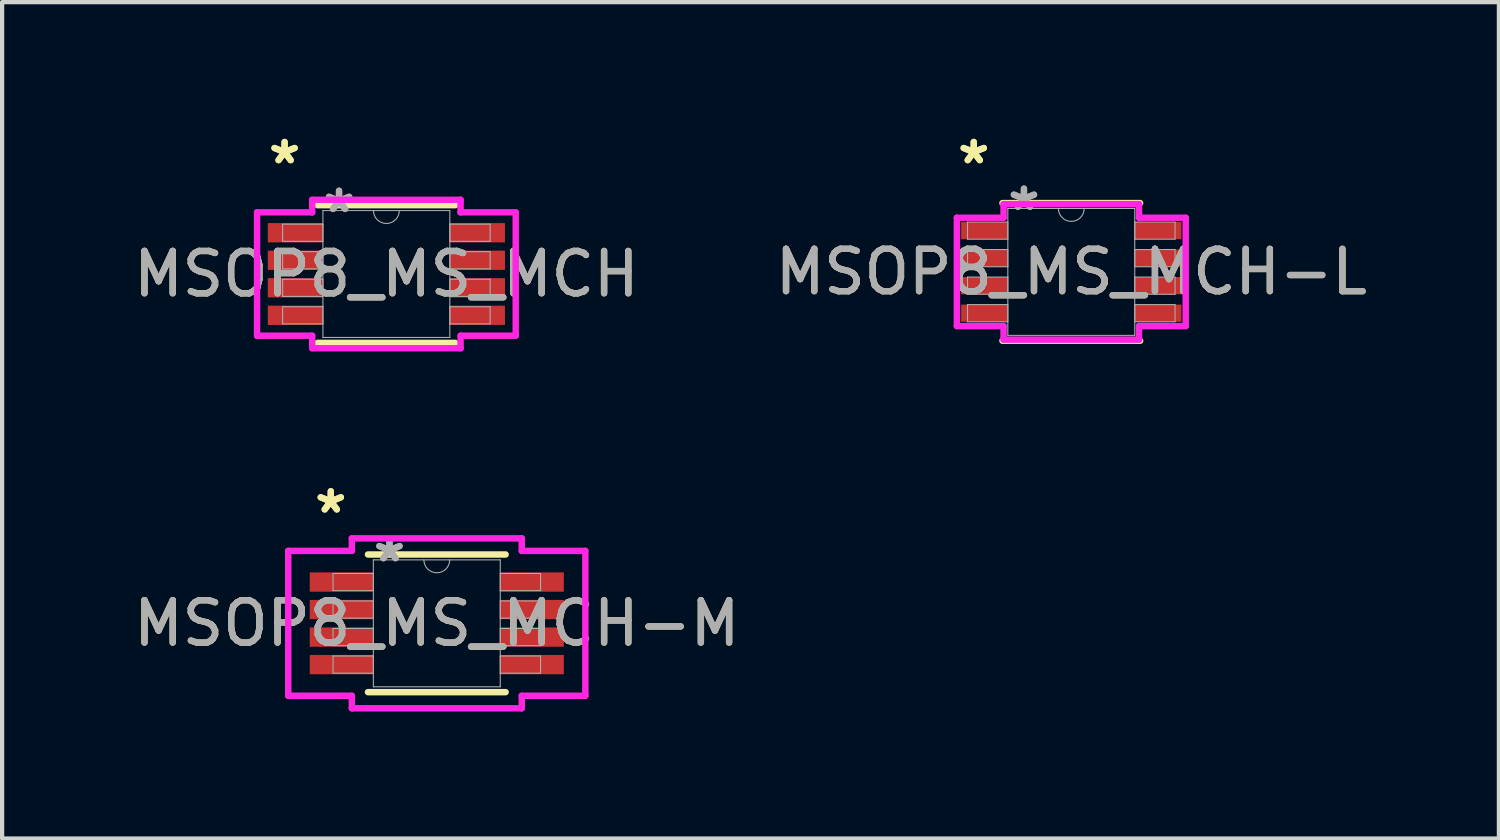
<source format=kicad_pcb>
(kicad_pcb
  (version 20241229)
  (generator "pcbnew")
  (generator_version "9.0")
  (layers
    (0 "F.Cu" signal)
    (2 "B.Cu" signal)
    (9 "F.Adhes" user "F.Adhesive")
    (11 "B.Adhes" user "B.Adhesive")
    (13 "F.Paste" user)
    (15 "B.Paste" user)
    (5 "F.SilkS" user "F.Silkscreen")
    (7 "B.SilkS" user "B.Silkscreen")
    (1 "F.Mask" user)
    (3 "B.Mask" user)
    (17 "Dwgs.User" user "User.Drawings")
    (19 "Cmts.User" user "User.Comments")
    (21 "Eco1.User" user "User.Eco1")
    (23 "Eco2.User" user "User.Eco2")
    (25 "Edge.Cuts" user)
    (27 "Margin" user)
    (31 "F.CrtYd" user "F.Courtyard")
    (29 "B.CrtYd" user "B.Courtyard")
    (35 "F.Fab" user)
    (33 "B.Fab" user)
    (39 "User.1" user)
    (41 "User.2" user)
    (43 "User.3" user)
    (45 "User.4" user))
  (footprint "MSOP8_MS_MCH"
    (layer "F.Cu")
    (at 6.077 3.423)
    (property "Reference" "MSOP8_MS_MCH" (at 0 0 0) (unlocked yes) (layer "F.SilkS") (effects (font (size 1 1) (thickness 0.15))))
    (attr smd)
    (fp_line (start -1.626 1.626) (end 1.626 1.626) (stroke (width 0.152) (type solid)) (layer "F.SilkS"))
    (fp_line (start 1.626 -1.626) (end -1.626 -1.626) (stroke (width 0.152) (type solid)) (layer "F.SilkS"))
    (fp_line (start -3.055 -1.457) (end -1.753 -1.457) (stroke (width 0.152) (type solid)) (layer "F.CrtYd"))
    (fp_line (start -3.055 1.457) (end -3.055 -1.457) (stroke (width 0.152) (type solid)) (layer "F.CrtYd"))
    (fp_line (start -3.055 1.457) (end -1.753 1.457) (stroke (width 0.152) (type solid)) (layer "F.CrtYd"))
    (fp_line (start -1.753 -1.753) (end 1.753 -1.753) (stroke (width 0.152) (type solid)) (layer "F.CrtYd"))
    (fp_line (start -1.753 -1.457) (end -1.753 -1.753) (stroke (width 0.152) (type solid)) (layer "F.CrtYd"))
    (fp_line (start -1.753 1.753) (end -1.753 1.457) (stroke (width 0.152) (type solid)) (layer "F.CrtYd"))
    (fp_line (start 1.753 -1.753) (end 1.753 -1.457) (stroke (width 0.152) (type solid)) (layer "F.CrtYd"))
    (fp_line (start 1.753 1.457) (end 1.753 1.753) (stroke (width 0.152) (type solid)) (layer "F.CrtYd"))
    (fp_line (start 1.753 1.753) (end -1.753 1.753) (stroke (width 0.152) (type solid)) (layer "F.CrtYd"))
    (fp_line (start 3.055 -1.457) (end 1.753 -1.457) (stroke (width 0.152) (type solid)) (layer "F.CrtYd"))
    (fp_line (start 3.055 -1.457) (end 3.055 1.457) (stroke (width 0.152) (type solid)) (layer "F.CrtYd"))
    (fp_line (start 3.055 1.457) (end 1.753 1.457) (stroke (width 0.152) (type solid)) (layer "F.CrtYd"))
    (fp_line (start -2.451 -1.178) (end -2.451 -0.772) (stroke (width 0.025) (type solid)) (layer "F.Fab"))
    (fp_line (start -2.451 -0.772) (end -1.499 -0.772) (stroke (width 0.025) (type solid)) (layer "F.Fab"))
    (fp_line (start -2.451 -0.528) (end -2.451 -0.122) (stroke (width 0.025) (type solid)) (layer "F.Fab"))
    (fp_line (start -2.451 -0.122) (end -1.499 -0.122) (stroke (width 0.025) (type solid)) (layer "F.Fab"))
    (fp_line (start -2.451 0.122) (end -2.451 0.528) (stroke (width 0.025) (type solid)) (layer "F.Fab"))
    (fp_line (start -2.451 0.528) (end -1.499 0.528) (stroke (width 0.025) (type solid)) (layer "F.Fab"))
    (fp_line (start -2.451 0.772) (end -2.451 1.178) (stroke (width 0.025) (type solid)) (layer "F.Fab"))
    (fp_line (start -2.451 1.178) (end -1.499 1.178) (stroke (width 0.025) (type solid)) (layer "F.Fab"))
    (fp_line (start -1.499 -1.499) (end -1.499 1.499) (stroke (width 0.025) (type solid)) (layer "F.Fab"))
    (fp_line (start -1.499 -1.178) (end -2.451 -1.178) (stroke (width 0.025) (type solid)) (layer "F.Fab"))
    (fp_line (start -1.499 -0.772) (end -1.499 -1.178) (stroke (width 0.025) (type solid)) (layer "F.Fab"))
    (fp_line (start -1.499 -0.528) (end -2.451 -0.528) (stroke (width 0.025) (type solid)) (layer "F.Fab"))
    (fp_line (start -1.499 -0.122) (end -1.499 -0.528) (stroke (width 0.025) (type solid)) (layer "F.Fab"))
    (fp_line (start -1.499 0.122) (end -2.451 0.122) (stroke (width 0.025) (type solid)) (layer "F.Fab"))
    (fp_line (start -1.499 0.528) (end -1.499 0.122) (stroke (width 0.025) (type solid)) (layer "F.Fab"))
    (fp_line (start -1.499 0.772) (end -2.451 0.772) (stroke (width 0.025) (type solid)) (layer "F.Fab"))
    (fp_line (start -1.499 1.178) (end -1.499 0.772) (stroke (width 0.025) (type solid)) (layer "F.Fab"))
    (fp_line (start -1.499 1.499) (end 1.499 1.499) (stroke (width 0.025) (type solid)) (layer "F.Fab"))
    (fp_line (start 1.499 -1.499) (end -1.499 -1.499) (stroke (width 0.025) (type solid)) (layer "F.Fab"))
    (fp_line (start 1.499 -1.178) (end 1.499 -0.772) (stroke (width 0.025) (type solid)) (layer "F.Fab"))
    (fp_line (start 1.499 -0.772) (end 2.451 -0.772) (stroke (width 0.025) (type solid)) (layer "F.Fab"))
    (fp_line (start 1.499 -0.528) (end 1.499 -0.122) (stroke (width 0.025) (type solid)) (layer "F.Fab"))
    (fp_line (start 1.499 -0.122) (end 2.451 -0.122) (stroke (width 0.025) (type solid)) (layer "F.Fab"))
    (fp_line (start 1.499 0.122) (end 1.499 0.528) (stroke (width 0.025) (type solid)) (layer "F.Fab"))
    (fp_line (start 1.499 0.528) (end 2.451 0.528) (stroke (width 0.025) (type solid)) (layer "F.Fab"))
    (fp_line (start 1.499 0.772) (end 1.499 1.178) (stroke (width 0.025) (type solid)) (layer "F.Fab"))
    (fp_line (start 1.499 1.178) (end 2.451 1.178) (stroke (width 0.025) (type solid)) (layer "F.Fab"))
    (fp_line (start 1.499 1.499) (end 1.499 -1.499) (stroke (width 0.025) (type solid)) (layer "F.Fab"))
    (fp_line (start 2.451 -1.178) (end 1.499 -1.178) (stroke (width 0.025) (type solid)) (layer "F.Fab"))
    (fp_line (start 2.451 -0.772) (end 2.451 -1.178) (stroke (width 0.025) (type solid)) (layer "F.Fab"))
    (fp_line (start 2.451 -0.528) (end 1.499 -0.528) (stroke (width 0.025) (type solid)) (layer "F.Fab"))
    (fp_line (start 2.451 -0.122) (end 2.451 -0.528) (stroke (width 0.025) (type solid)) (layer "F.Fab"))
    (fp_line (start 2.451 0.122) (end 1.499 0.122) (stroke (width 0.025) (type solid)) (layer "F.Fab"))
    (fp_line (start 2.451 0.528) (end 2.451 0.122) (stroke (width 0.025) (type solid)) (layer "F.Fab"))
    (fp_line (start 2.451 0.772) (end 1.499 0.772) (stroke (width 0.025) (type solid)) (layer "F.Fab"))
    (fp_line (start 2.451 1.178) (end 2.451 0.772) (stroke (width 0.025) (type solid)) (layer "F.Fab"))
    (fp_arc (start 0.3048 -1.4986) (mid 0 -1.1938) (end -0.3048 -1.4986) (stroke (width 0.0254) (type solid)) (layer "F.Fab"))
    (fp_text user "*" (at -2.404 -2.574 0) (unlocked yes) (layer "F.SilkS") (effects (font (size 1 1) (thickness 0.15))))
    (fp_text user "*" (at -2.404 -2.574 0) (layer "F.SilkS") (effects (font (size 1 1) (thickness 0.15))))
    (fp_text user "*" (at -1.118 -1.422 0) (layer "F.Fab") (effects (font (size 1 1) (thickness 0.15))))
    (fp_text user "${REFERENCE}" (at 0 0 0) (unlocked yes) (layer "F.Fab") (effects (font (size 1 1) (thickness 0.15))))
    (fp_text user "*" (at -1.118 -1.422 0) (unlocked yes) (layer "F.Fab") (effects (font (size 1 1) (thickness 0.15))))
    (pad "1" smd rect (at -2.15 -0.975) (size 1.302 0.456) (layers "F.Cu" "F.Mask" "F.Paste"))
    (pad "2" smd rect (at -2.15 -0.325) (size 1.302 0.456) (layers "F.Cu" "F.Mask" "F.Paste"))
    (pad "3" smd rect (at -2.15 0.325) (size 1.302 0.456) (layers "F.Cu" "F.Mask" "F.Paste"))
    (pad "4" smd rect (at -2.15 0.975) (size 1.302 0.456) (layers "F.Cu" "F.Mask" "F.Paste"))
    (pad "5" smd rect (at 2.15 0.975) (size 1.302 0.456) (layers "F.Cu" "F.Mask" "F.Paste"))
    (pad "6" smd rect (at 2.15 0.325) (size 1.302 0.456) (layers "F.Cu" "F.Mask" "F.Paste"))
    (pad "7" smd rect (at 2.15 -0.325) (size 1.302 0.456) (layers "F.Cu" "F.Mask" "F.Paste"))
    (pad "8" smd rect (at 2.15 -0.975) (size 1.302 0.456) (layers "F.Cu" "F.Mask" "F.Paste")))
  (footprint "MSOP8_MS_MCH-L"
    (layer "F.Cu")
    (at 22.256 3.373)
    (property "Reference" "MSOP8_MS_MCH-L" (at 0 0 0) (unlocked yes) (layer "F.SilkS") (effects (font (size 1 1) (thickness 0.15))))
    (attr smd)
    (fp_line (start -1.626 1.626) (end 1.626 1.626) (stroke (width 0.152) (type solid)) (layer "F.SilkS"))
    (fp_line (start 1.626 -1.626) (end -1.626 -1.626) (stroke (width 0.152) (type solid)) (layer "F.SilkS"))
    (fp_line (start -2.703 -1.28) (end -1.6 -1.28) (stroke (width 0.152) (type solid)) (layer "F.CrtYd"))
    (fp_line (start -2.703 1.28) (end -2.703 -1.28) (stroke (width 0.152) (type solid)) (layer "F.CrtYd"))
    (fp_line (start -2.703 1.28) (end -1.6 1.28) (stroke (width 0.152) (type solid)) (layer "F.CrtYd"))
    (fp_line (start -1.6 -1.6) (end 1.6 -1.6) (stroke (width 0.152) (type solid)) (layer "F.CrtYd"))
    (fp_line (start -1.6 -1.28) (end -1.6 -1.6) (stroke (width 0.152) (type solid)) (layer "F.CrtYd"))
    (fp_line (start -1.6 1.6) (end -1.6 1.28) (stroke (width 0.152) (type solid)) (layer "F.CrtYd"))
    (fp_line (start 1.6 -1.6) (end 1.6 -1.28) (stroke (width 0.152) (type solid)) (layer "F.CrtYd"))
    (fp_line (start 1.6 1.28) (end 1.6 1.6) (stroke (width 0.152) (type solid)) (layer "F.CrtYd"))
    (fp_line (start 1.6 1.6) (end -1.6 1.6) (stroke (width 0.152) (type solid)) (layer "F.CrtYd"))
    (fp_line (start 2.703 -1.28) (end 1.6 -1.28) (stroke (width 0.152) (type solid)) (layer "F.CrtYd"))
    (fp_line (start 2.703 -1.28) (end 2.703 1.28) (stroke (width 0.152) (type solid)) (layer "F.CrtYd"))
    (fp_line (start 2.703 1.28) (end 1.6 1.28) (stroke (width 0.152) (type solid)) (layer "F.CrtYd"))
    (fp_line (start -2.451 -1.178) (end -2.451 -0.772) (stroke (width 0.025) (type solid)) (layer "F.Fab"))
    (fp_line (start -2.451 -0.772) (end -1.499 -0.772) (stroke (width 0.025) (type solid)) (layer "F.Fab"))
    (fp_line (start -2.451 -0.528) (end -2.451 -0.122) (stroke (width 0.025) (type solid)) (layer "F.Fab"))
    (fp_line (start -2.451 -0.122) (end -1.499 -0.122) (stroke (width 0.025) (type solid)) (layer "F.Fab"))
    (fp_line (start -2.451 0.122) (end -2.451 0.528) (stroke (width 0.025) (type solid)) (layer "F.Fab"))
    (fp_line (start -2.451 0.528) (end -1.499 0.528) (stroke (width 0.025) (type solid)) (layer "F.Fab"))
    (fp_line (start -2.451 0.772) (end -2.451 1.178) (stroke (width 0.025) (type solid)) (layer "F.Fab"))
    (fp_line (start -2.451 1.178) (end -1.499 1.178) (stroke (width 0.025) (type solid)) (layer "F.Fab"))
    (fp_line (start -1.499 -1.499) (end -1.499 1.499) (stroke (width 0.025) (type solid)) (layer "F.Fab"))
    (fp_line (start -1.499 -1.178) (end -2.451 -1.178) (stroke (width 0.025) (type solid)) (layer "F.Fab"))
    (fp_line (start -1.499 -0.772) (end -1.499 -1.178) (stroke (width 0.025) (type solid)) (layer "F.Fab"))
    (fp_line (start -1.499 -0.528) (end -2.451 -0.528) (stroke (width 0.025) (type solid)) (layer "F.Fab"))
    (fp_line (start -1.499 -0.122) (end -1.499 -0.528) (stroke (width 0.025) (type solid)) (layer "F.Fab"))
    (fp_line (start -1.499 0.122) (end -2.451 0.122) (stroke (width 0.025) (type solid)) (layer "F.Fab"))
    (fp_line (start -1.499 0.528) (end -1.499 0.122) (stroke (width 0.025) (type solid)) (layer "F.Fab"))
    (fp_line (start -1.499 0.772) (end -2.451 0.772) (stroke (width 0.025) (type solid)) (layer "F.Fab"))
    (fp_line (start -1.499 1.178) (end -1.499 0.772) (stroke (width 0.025) (type solid)) (layer "F.Fab"))
    (fp_line (start -1.499 1.499) (end 1.499 1.499) (stroke (width 0.025) (type solid)) (layer "F.Fab"))
    (fp_line (start 1.499 -1.499) (end -1.499 -1.499) (stroke (width 0.025) (type solid)) (layer "F.Fab"))
    (fp_line (start 1.499 -1.178) (end 1.499 -0.772) (stroke (width 0.025) (type solid)) (layer "F.Fab"))
    (fp_line (start 1.499 -0.772) (end 2.451 -0.772) (stroke (width 0.025) (type solid)) (layer "F.Fab"))
    (fp_line (start 1.499 -0.528) (end 1.499 -0.122) (stroke (width 0.025) (type solid)) (layer "F.Fab"))
    (fp_line (start 1.499 -0.122) (end 2.451 -0.122) (stroke (width 0.025) (type solid)) (layer "F.Fab"))
    (fp_line (start 1.499 0.122) (end 1.499 0.528) (stroke (width 0.025) (type solid)) (layer "F.Fab"))
    (fp_line (start 1.499 0.528) (end 2.451 0.528) (stroke (width 0.025) (type solid)) (layer "F.Fab"))
    (fp_line (start 1.499 0.772) (end 1.499 1.178) (stroke (width 0.025) (type solid)) (layer "F.Fab"))
    (fp_line (start 1.499 1.178) (end 2.451 1.178) (stroke (width 0.025) (type solid)) (layer "F.Fab"))
    (fp_line (start 1.499 1.499) (end 1.499 -1.499) (stroke (width 0.025) (type solid)) (layer "F.Fab"))
    (fp_line (start 2.451 -1.178) (end 1.499 -1.178) (stroke (width 0.025) (type solid)) (layer "F.Fab"))
    (fp_line (start 2.451 -0.772) (end 2.451 -1.178) (stroke (width 0.025) (type solid)) (layer "F.Fab"))
    (fp_line (start 2.451 -0.528) (end 1.499 -0.528) (stroke (width 0.025) (type solid)) (layer "F.Fab"))
    (fp_line (start 2.451 -0.122) (end 2.451 -0.528) (stroke (width 0.025) (type solid)) (layer "F.Fab"))
    (fp_line (start 2.451 0.122) (end 1.499 0.122) (stroke (width 0.025) (type solid)) (layer "F.Fab"))
    (fp_line (start 2.451 0.528) (end 2.451 0.122) (stroke (width 0.025) (type solid)) (layer "F.Fab"))
    (fp_line (start 2.451 0.772) (end 1.499 0.772) (stroke (width 0.025) (type solid)) (layer "F.Fab"))
    (fp_line (start 2.451 1.178) (end 2.451 0.772) (stroke (width 0.025) (type solid)) (layer "F.Fab"))
    (fp_arc (start 0.3048 -1.4986) (mid 0 -1.1938) (end -0.3048 -1.4986) (stroke (width 0.0254) (type solid)) (layer "F.Fab"))
    (fp_text user "*" (at -2.304 -2.524 0) (layer "F.SilkS") (effects (font (size 1 1) (thickness 0.15))))
    (fp_text user "*" (at -2.304 -2.524 0) (unlocked yes) (layer "F.SilkS") (effects (font (size 1 1) (thickness 0.15))))
    (fp_text user "*" (at -1.118 -1.422 0) (layer "F.Fab") (effects (font (size 1 1) (thickness 0.15))))
    (fp_text user "${REFERENCE}" (at 0 0 0) (unlocked yes) (layer "F.Fab") (effects (font (size 1 1) (thickness 0.15))))
    (fp_text user "*" (at -1.118 -1.422 0) (unlocked yes) (layer "F.Fab") (effects (font (size 1 1) (thickness 0.15))))
    (pad "1" smd rect (at -2.05 -0.975) (size 1.103 0.406) (layers "F.Cu" "F.Mask" "F.Paste"))
    (pad "2" smd rect (at -2.05 -0.325) (size 1.103 0.406) (layers "F.Cu" "F.Mask" "F.Paste"))
    (pad "3" smd rect (at -2.05 0.325) (size 1.103 0.406) (layers "F.Cu" "F.Mask" "F.Paste"))
    (pad "4" smd rect (at -2.05 0.975) (size 1.103 0.406) (layers "F.Cu" "F.Mask" "F.Paste"))
    (pad "5" smd rect (at 2.05 0.975) (size 1.103 0.406) (layers "F.Cu" "F.Mask" "F.Paste"))
    (pad "6" smd rect (at 2.05 0.325) (size 1.103 0.406) (layers "F.Cu" "F.Mask" "F.Paste"))
    (pad "7" smd rect (at 2.05 -0.325) (size 1.103 0.406) (layers "F.Cu" "F.Mask" "F.Paste"))
    (pad "8" smd rect (at 2.05 -0.975) (size 1.103 0.406) (layers "F.Cu" "F.Mask" "F.Paste")))
  (footprint "MSOP8_MS_MCH-M"
    (layer "F.Cu")
    (at 7.268 11.674)
    (property "Reference" "MSOP8_MS_MCH-M" (at 0 0 0) (unlocked yes) (layer "F.SilkS") (effects (font (size 1 1) (thickness 0.15))))
    (attr smd)
    (fp_line (start -1.626 1.626) (end 1.626 1.626) (stroke (width 0.152) (type solid)) (layer "F.SilkS"))
    (fp_line (start 1.626 -1.626) (end -1.626 -1.626) (stroke (width 0.152) (type solid)) (layer "F.SilkS"))
    (fp_line (start -3.509 -1.711) (end -2.007 -1.711) (stroke (width 0.152) (type solid)) (layer "F.CrtYd"))
    (fp_line (start -3.509 1.711) (end -3.509 -1.711) (stroke (width 0.152) (type solid)) (layer "F.CrtYd"))
    (fp_line (start -3.509 1.711) (end -2.007 1.711) (stroke (width 0.152) (type solid)) (layer "F.CrtYd"))
    (fp_line (start -2.007 -2.007) (end 2.007 -2.007) (stroke (width 0.152) (type solid)) (layer "F.CrtYd"))
    (fp_line (start -2.007 -1.711) (end -2.007 -2.007) (stroke (width 0.152) (type solid)) (layer "F.CrtYd"))
    (fp_line (start -2.007 2.007) (end -2.007 1.711) (stroke (width 0.152) (type solid)) (layer "F.CrtYd"))
    (fp_line (start 2.007 -2.007) (end 2.007 -1.711) (stroke (width 0.152) (type solid)) (layer "F.CrtYd"))
    (fp_line (start 2.007 1.711) (end 2.007 2.007) (stroke (width 0.152) (type solid)) (layer "F.CrtYd"))
    (fp_line (start 2.007 2.007) (end -2.007 2.007) (stroke (width 0.152) (type solid)) (layer "F.CrtYd"))
    (fp_line (start 3.509 -1.711) (end 2.007 -1.711) (stroke (width 0.152) (type solid)) (layer "F.CrtYd"))
    (fp_line (start 3.509 -1.711) (end 3.509 1.711) (stroke (width 0.152) (type solid)) (layer "F.CrtYd"))
    (fp_line (start 3.509 1.711) (end 2.007 1.711) (stroke (width 0.152) (type solid)) (layer "F.CrtYd"))
    (fp_line (start -2.451 -1.178) (end -2.451 -0.772) (stroke (width 0.025) (type solid)) (layer "F.Fab"))
    (fp_line (start -2.451 -0.772) (end -1.499 -0.772) (stroke (width 0.025) (type solid)) (layer "F.Fab"))
    (fp_line (start -2.451 -0.528) (end -2.451 -0.122) (stroke (width 0.025) (type solid)) (layer "F.Fab"))
    (fp_line (start -2.451 -0.122) (end -1.499 -0.122) (stroke (width 0.025) (type solid)) (layer "F.Fab"))
    (fp_line (start -2.451 0.122) (end -2.451 0.528) (stroke (width 0.025) (type solid)) (layer "F.Fab"))
    (fp_line (start -2.451 0.528) (end -1.499 0.528) (stroke (width 0.025) (type solid)) (layer "F.Fab"))
    (fp_line (start -2.451 0.772) (end -2.451 1.178) (stroke (width 0.025) (type solid)) (layer "F.Fab"))
    (fp_line (start -2.451 1.178) (end -1.499 1.178) (stroke (width 0.025) (type solid)) (layer "F.Fab"))
    (fp_line (start -1.499 -1.499) (end -1.499 1.499) (stroke (width 0.025) (type solid)) (layer "F.Fab"))
    (fp_line (start -1.499 -1.178) (end -2.451 -1.178) (stroke (width 0.025) (type solid)) (layer "F.Fab"))
    (fp_line (start -1.499 -0.772) (end -1.499 -1.178) (stroke (width 0.025) (type solid)) (layer "F.Fab"))
    (fp_line (start -1.499 -0.528) (end -2.451 -0.528) (stroke (width 0.025) (type solid)) (layer "F.Fab"))
    (fp_line (start -1.499 -0.122) (end -1.499 -0.528) (stroke (width 0.025) (type solid)) (layer "F.Fab"))
    (fp_line (start -1.499 0.122) (end -2.451 0.122) (stroke (width 0.025) (type solid)) (layer "F.Fab"))
    (fp_line (start -1.499 0.528) (end -1.499 0.122) (stroke (width 0.025) (type solid)) (layer "F.Fab"))
    (fp_line (start -1.499 0.772) (end -2.451 0.772) (stroke (width 0.025) (type solid)) (layer "F.Fab"))
    (fp_line (start -1.499 1.178) (end -1.499 0.772) (stroke (width 0.025) (type solid)) (layer "F.Fab"))
    (fp_line (start -1.499 1.499) (end 1.499 1.499) (stroke (width 0.025) (type solid)) (layer "F.Fab"))
    (fp_line (start 1.499 -1.499) (end -1.499 -1.499) (stroke (width 0.025) (type solid)) (layer "F.Fab"))
    (fp_line (start 1.499 -1.178) (end 1.499 -0.772) (stroke (width 0.025) (type solid)) (layer "F.Fab"))
    (fp_line (start 1.499 -0.772) (end 2.451 -0.772) (stroke (width 0.025) (type solid)) (layer "F.Fab"))
    (fp_line (start 1.499 -0.528) (end 1.499 -0.122) (stroke (width 0.025) (type solid)) (layer "F.Fab"))
    (fp_line (start 1.499 -0.122) (end 2.451 -0.122) (stroke (width 0.025) (type solid)) (layer "F.Fab"))
    (fp_line (start 1.499 0.122) (end 1.499 0.528) (stroke (width 0.025) (type solid)) (layer "F.Fab"))
    (fp_line (start 1.499 0.528) (end 2.451 0.528) (stroke (width 0.025) (type solid)) (layer "F.Fab"))
    (fp_line (start 1.499 0.772) (end 1.499 1.178) (stroke (width 0.025) (type solid)) (layer "F.Fab"))
    (fp_line (start 1.499 1.178) (end 2.451 1.178) (stroke (width 0.025) (type solid)) (layer "F.Fab"))
    (fp_line (start 1.499 1.499) (end 1.499 -1.499) (stroke (width 0.025) (type solid)) (layer "F.Fab"))
    (fp_line (start 2.451 -1.178) (end 1.499 -1.178) (stroke (width 0.025) (type solid)) (layer "F.Fab"))
    (fp_line (start 2.451 -0.772) (end 2.451 -1.178) (stroke (width 0.025) (type solid)) (layer "F.Fab"))
    (fp_line (start 2.451 -0.528) (end 1.499 -0.528) (stroke (width 0.025) (type solid)) (layer "F.Fab"))
    (fp_line (start 2.451 -0.122) (end 2.451 -0.528) (stroke (width 0.025) (type solid)) (layer "F.Fab"))
    (fp_line (start 2.451 0.122) (end 1.499 0.122) (stroke (width 0.025) (type solid)) (layer "F.Fab"))
    (fp_line (start 2.451 0.528) (end 2.451 0.122) (stroke (width 0.025) (type solid)) (layer "F.Fab"))
    (fp_line (start 2.451 0.772) (end 1.499 0.772) (stroke (width 0.025) (type solid)) (layer "F.Fab"))
    (fp_line (start 2.451 1.178) (end 2.451 0.772) (stroke (width 0.025) (type solid)) (layer "F.Fab"))
    (fp_arc (start 0.3048 -1.4986) (mid 0 -1.1938) (end -0.3048 -1.4986) (stroke (width 0.0254) (type solid)) (layer "F.Fab"))
    (fp_text user "*" (at -2.504 -2.574 0) (layer "F.SilkS") (effects (font (size 1 1) (thickness 0.15))))
    (fp_text user "*" (at -2.504 -2.574 0) (unlocked yes) (layer "F.SilkS") (effects (font (size 1 1) (thickness 0.15))))
    (fp_text user "*" (at -1.118 -1.422 0) (layer "F.Fab") (effects (font (size 1 1) (thickness 0.15))))
    (fp_text user "${REFERENCE}" (at 0 0 0) (unlocked yes) (layer "F.Fab") (effects (font (size 1 1) (thickness 0.15))))
    (fp_text user "*" (at -1.118 -1.422 0) (unlocked yes) (layer "F.Fab") (effects (font (size 1 1) (thickness 0.15))))
    (pad "1" smd rect (at -2.25 -0.975) (size 1.502 0.456) (layers "F.Cu" "F.Mask" "F.Paste"))
    (pad "2" smd rect (at -2.25 -0.325) (size 1.502 0.456) (layers "F.Cu" "F.Mask" "F.Paste"))
    (pad "3" smd rect (at -2.25 0.325) (size 1.502 0.456) (layers "F.Cu" "F.Mask" "F.Paste"))
    (pad "4" smd rect (at -2.25 0.975) (size 1.502 0.456) (layers "F.Cu" "F.Mask" "F.Paste"))
    (pad "5" smd rect (at 2.25 0.975) (size 1.502 0.456) (layers "F.Cu" "F.Mask" "F.Paste"))
    (pad "6" smd rect (at 2.25 0.325) (size 1.502 0.456) (layers "F.Cu" "F.Mask" "F.Paste"))
    (pad "7" smd rect (at 2.25 -0.325) (size 1.502 0.456) (layers "F.Cu" "F.Mask" "F.Paste"))
    (pad "8" smd rect (at 2.25 -0.975) (size 1.502 0.456) (layers "F.Cu" "F.Mask" "F.Paste")))
  (gr_rect
    (start -3 -3)
    (end 32.357 16.757)
    (stroke (width 0.1) (type default))
    (fill no)
    (layer "Edge.Cuts")))
</source>
